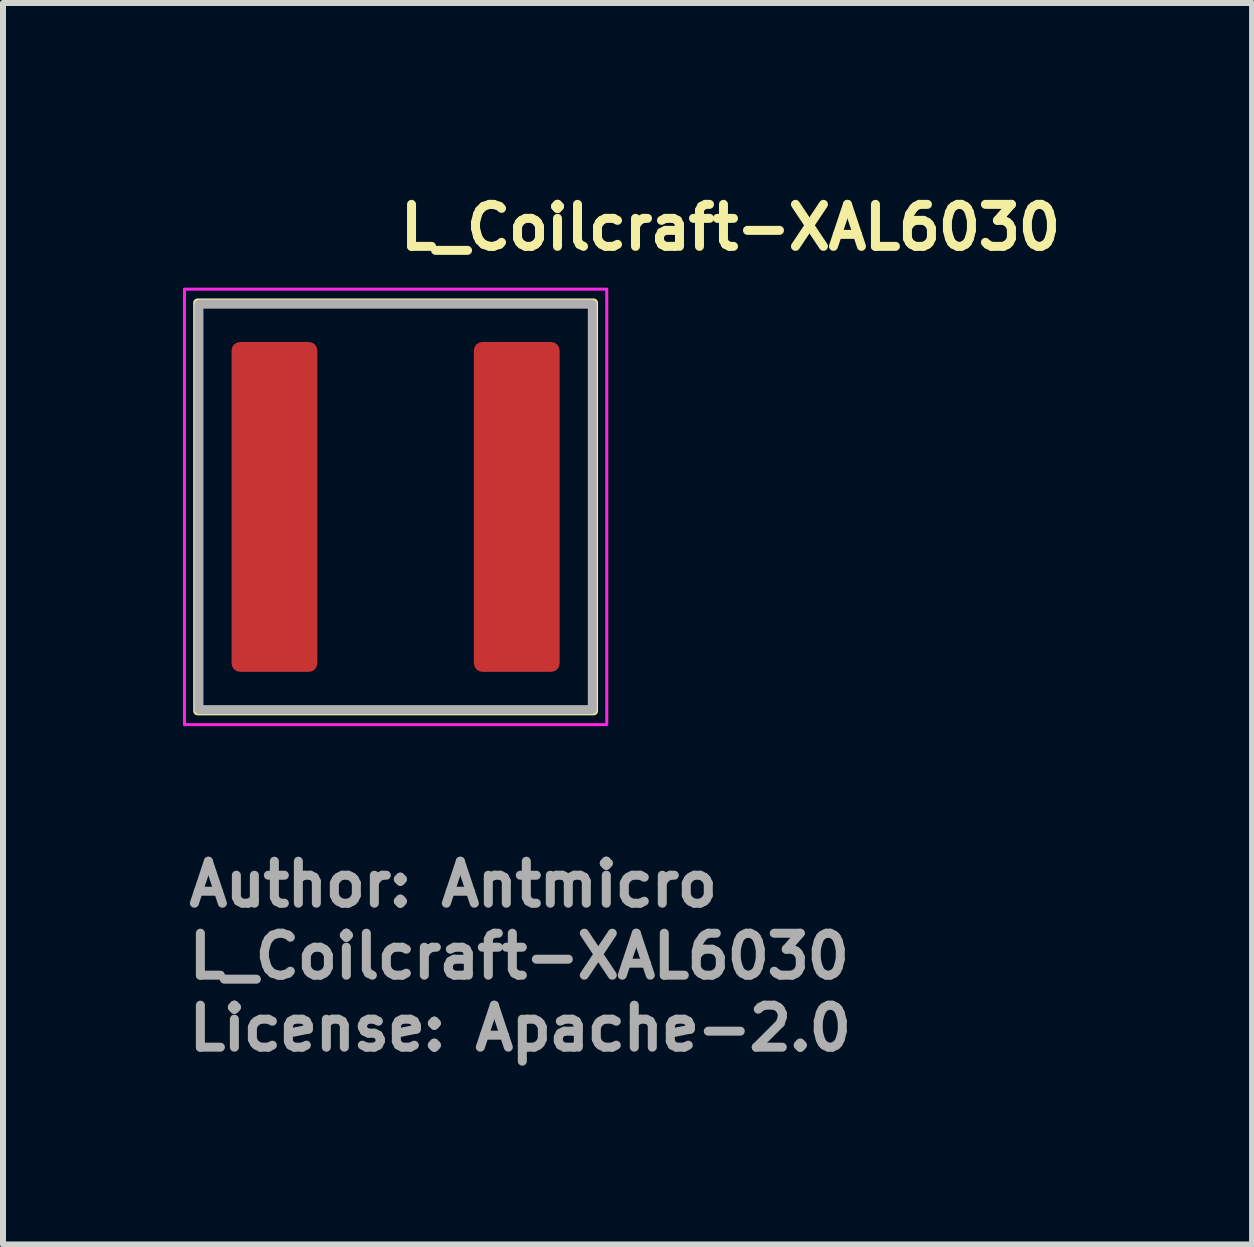
<source format=kicad_pcb>
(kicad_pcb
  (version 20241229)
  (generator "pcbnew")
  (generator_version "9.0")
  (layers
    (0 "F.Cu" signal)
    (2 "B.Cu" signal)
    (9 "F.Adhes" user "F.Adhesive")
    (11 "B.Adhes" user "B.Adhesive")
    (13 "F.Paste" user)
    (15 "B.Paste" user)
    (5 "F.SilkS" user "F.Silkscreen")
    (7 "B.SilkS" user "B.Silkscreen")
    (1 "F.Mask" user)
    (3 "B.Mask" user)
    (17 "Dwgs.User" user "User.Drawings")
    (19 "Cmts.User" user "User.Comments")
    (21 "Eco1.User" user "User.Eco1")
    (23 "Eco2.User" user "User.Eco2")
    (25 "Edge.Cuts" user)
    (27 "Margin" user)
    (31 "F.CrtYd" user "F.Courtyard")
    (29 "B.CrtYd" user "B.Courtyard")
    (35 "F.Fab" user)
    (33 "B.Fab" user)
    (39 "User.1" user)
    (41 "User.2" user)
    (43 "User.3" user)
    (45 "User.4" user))
  (footprint "L_Coilcraft-XAL6030"
    (layer "F.Cu")
    (at 3.545 5.4)
    (property "Reference" "L_Coilcraft-XAL6030" (at 0 -4.25 0) (unlocked yes) (layer "F.SilkS") (effects (font (size 0.7 0.7) (thickness 0.15)) (justify left bottom)))
    (attr smd)
    (fp_rect (start -3.299 -3.4) (end 3.299 3.4) (stroke (width 0.15) (type solid)) (fill no) (layer "F.SilkS"))
    (fp_rect (start -3.52 -3.63) (end 3.52 3.63) (stroke (width 0.05) (type solid)) (fill no) (layer "F.CrtYd"))
    (fp_rect (start -3.279 -3.38) (end 3.279 3.38) (stroke (width 0.15) (type solid)) (fill no) (layer "F.Fab"))
    (fp_rect (start -3.279 -3.38) (end 3.279 3.38) (stroke (width 0.1) (type solid)) (fill no) (layer "User.5"))
    (fp_line (start -3.279 -3.142) (end -3.278 -3.154) (stroke (width 0.02) (type solid)) (layer "User.9"))
    (fp_line (start -3.279 -3.13) (end -3.279 -3.142) (stroke (width 0.02) (type solid)) (layer "User.9"))
    (fp_line (start -3.279 -3.13) (end -3.279 3.13) (stroke (width 0.02) (type solid)) (layer "User.9"))
    (fp_line (start -3.279 3.142) (end -3.279 3.13) (stroke (width 0.02) (type solid)) (layer "User.9"))
    (fp_line (start -3.278 -3.154) (end -3.277 -3.166) (stroke (width 0.02) (type solid)) (layer "User.9"))
    (fp_line (start -3.278 3.154) (end -3.279 3.142) (stroke (width 0.02) (type solid)) (layer "User.9"))
    (fp_line (start -3.277 -3.166) (end -3.275 -3.178) (stroke (width 0.02) (type solid)) (layer "User.9"))
    (fp_line (start -3.277 3.166) (end -3.278 3.154) (stroke (width 0.02) (type solid)) (layer "User.9"))
    (fp_line (start -3.275 -3.178) (end -3.272 -3.19) (stroke (width 0.02) (type solid)) (layer "User.9"))
    (fp_line (start -3.275 3.178) (end -3.277 3.166) (stroke (width 0.02) (type solid)) (layer "User.9"))
    (fp_line (start -3.272 -3.19) (end -3.269 -3.202) (stroke (width 0.02) (type solid)) (layer "User.9"))
    (fp_line (start -3.272 3.19) (end -3.275 3.178) (stroke (width 0.02) (type solid)) (layer "User.9"))
    (fp_line (start -3.269 -3.202) (end -3.265 -3.214) (stroke (width 0.02) (type solid)) (layer "User.9"))
    (fp_line (start -3.269 3.202) (end -3.272 3.19) (stroke (width 0.02) (type solid)) (layer "User.9"))
    (fp_line (start -3.265 -3.214) (end -3.26 -3.225) (stroke (width 0.02) (type solid)) (layer "User.9"))
    (fp_line (start -3.265 3.214) (end -3.269 3.202) (stroke (width 0.02) (type solid)) (layer "User.9"))
    (fp_line (start -3.26 -3.225) (end -3.256 -3.236) (stroke (width 0.02) (type solid)) (layer "User.9"))
    (fp_line (start -3.26 3.225) (end -3.265 3.214) (stroke (width 0.02) (type solid)) (layer "User.9"))
    (fp_line (start -3.256 -3.236) (end -3.25 -3.247) (stroke (width 0.02) (type solid)) (layer "User.9"))
    (fp_line (start -3.256 3.236) (end -3.26 3.225) (stroke (width 0.02) (type solid)) (layer "User.9"))
    (fp_line (start -3.25 -3.247) (end -3.244 -3.258) (stroke (width 0.02) (type solid)) (layer "User.9"))
    (fp_line (start -3.25 3.247) (end -3.256 3.236) (stroke (width 0.02) (type solid)) (layer "User.9"))
    (fp_line (start -3.244 -3.258) (end -3.237 -3.268) (stroke (width 0.02) (type solid)) (layer "User.9"))
    (fp_line (start -3.244 3.258) (end -3.25 3.247) (stroke (width 0.02) (type solid)) (layer "User.9"))
    (fp_line (start -3.237 -3.268) (end -3.23 -3.278) (stroke (width 0.02) (type solid)) (layer "User.9"))
    (fp_line (start -3.237 3.268) (end -3.244 3.258) (stroke (width 0.02) (type solid)) (layer "User.9"))
    (fp_line (start -3.23 -3.278) (end -3.223 -3.288) (stroke (width 0.02) (type solid)) (layer "User.9"))
    (fp_line (start -3.23 3.278) (end -3.237 3.268) (stroke (width 0.02) (type solid)) (layer "User.9"))
    (fp_line (start -3.223 -3.288) (end -3.215 -3.297) (stroke (width 0.02) (type solid)) (layer "User.9"))
    (fp_line (start -3.223 3.288) (end -3.23 3.278) (stroke (width 0.02) (type solid)) (layer "User.9"))
    (fp_line (start -3.215 -3.297) (end -3.206 -3.306) (stroke (width 0.02) (type solid)) (layer "User.9"))
    (fp_line (start -3.215 3.297) (end -3.223 3.288) (stroke (width 0.02) (type solid)) (layer "User.9"))
    (fp_line (start -3.206 -3.306) (end -3.206 -3.306) (stroke (width 0.02) (type solid)) (layer "User.9"))
    (fp_line (start -3.206 -3.306) (end -3.197 -3.315) (stroke (width 0.02) (type solid)) (layer "User.9"))
    (fp_line (start -3.206 3.306) (end -3.215 3.297) (stroke (width 0.02) (type solid)) (layer "User.9"))
    (fp_line (start -3.206 3.306) (end -3.206 3.306) (stroke (width 0.02) (type solid)) (layer "User.9"))
    (fp_line (start -3.197 -3.315) (end -3.188 -3.323) (stroke (width 0.02) (type solid)) (layer "User.9"))
    (fp_line (start -3.197 3.315) (end -3.206 3.306) (stroke (width 0.02) (type solid)) (layer "User.9"))
    (fp_line (start -3.188 -3.323) (end -3.178 -3.33) (stroke (width 0.02) (type solid)) (layer "User.9"))
    (fp_line (start -3.188 3.323) (end -3.197 3.315) (stroke (width 0.02) (type solid)) (layer "User.9"))
    (fp_line (start -3.178 -3.33) (end -3.168 -3.337) (stroke (width 0.02) (type solid)) (layer "User.9"))
    (fp_line (start -3.178 3.33) (end -3.188 3.323) (stroke (width 0.02) (type solid)) (layer "User.9"))
    (fp_line (start -3.168 -3.337) (end -3.158 -3.344) (stroke (width 0.02) (type solid)) (layer "User.9"))
    (fp_line (start -3.168 3.337) (end -3.178 3.33) (stroke (width 0.02) (type solid)) (layer "User.9"))
    (fp_line (start -3.158 -3.344) (end -3.147 -3.35) (stroke (width 0.02) (type solid)) (layer "User.9"))
    (fp_line (start -3.158 3.344) (end -3.168 3.337) (stroke (width 0.02) (type solid)) (layer "User.9"))
    (fp_line (start -3.147 -3.35) (end -3.136 -3.356) (stroke (width 0.02) (type solid)) (layer "User.9"))
    (fp_line (start -3.147 3.35) (end -3.158 3.344) (stroke (width 0.02) (type solid)) (layer "User.9"))
    (fp_line (start -3.136 -3.356) (end -3.125 -3.36) (stroke (width 0.02) (type solid)) (layer "User.9"))
    (fp_line (start -3.136 3.356) (end -3.147 3.35) (stroke (width 0.02) (type solid)) (layer "User.9"))
    (fp_line (start -3.125 -3.36) (end -3.114 -3.365) (stroke (width 0.02) (type solid)) (layer "User.9"))
    (fp_line (start -3.125 3.36) (end -3.136 3.356) (stroke (width 0.02) (type solid)) (layer "User.9"))
    (fp_line (start -3.114 -3.365) (end -3.102 -3.369) (stroke (width 0.02) (type solid)) (layer "User.9"))
    (fp_line (start -3.114 3.365) (end -3.125 3.36) (stroke (width 0.02) (type solid)) (layer "User.9"))
    (fp_line (start -3.102 -3.369) (end -3.09 -3.372) (stroke (width 0.02) (type solid)) (layer "User.9"))
    (fp_line (start -3.102 3.369) (end -3.114 3.365) (stroke (width 0.02) (type solid)) (layer "User.9"))
    (fp_line (start -3.09 -3.372) (end -3.079 -3.375) (stroke (width 0.02) (type solid)) (layer "User.9"))
    (fp_line (start -3.09 3.372) (end -3.102 3.369) (stroke (width 0.02) (type solid)) (layer "User.9"))
    (fp_line (start -3.079 -3.375) (end -3.066 -3.377) (stroke (width 0.02) (type solid)) (layer "User.9"))
    (fp_line (start -3.079 3.375) (end -3.09 3.372) (stroke (width 0.02) (type solid)) (layer "User.9"))
    (fp_line (start -3.066 -3.377) (end -3.054 -3.378) (stroke (width 0.02) (type solid)) (layer "User.9"))
    (fp_line (start -3.066 3.377) (end -3.079 3.375) (stroke (width 0.02) (type solid)) (layer "User.9"))
    (fp_line (start -3.054 -3.378) (end -3.042 -3.379) (stroke (width 0.02) (type solid)) (layer "User.9"))
    (fp_line (start -3.054 3.378) (end -3.066 3.377) (stroke (width 0.02) (type solid)) (layer "User.9"))
    (fp_line (start -3.042 -3.379) (end -3.029 -3.38) (stroke (width 0.02) (type solid)) (layer "User.9"))
    (fp_line (start -3.042 3.379) (end -3.054 3.378) (stroke (width 0.02) (type solid)) (layer "User.9"))
    (fp_line (start -3.029 3.38) (end -3.042 3.379) (stroke (width 0.02) (type solid)) (layer "User.9"))
    (fp_line (start -3.029 3.38) (end 3.029 3.38) (stroke (width 0.02) (type solid)) (layer "User.9"))
    (fp_line (start -2.592 -3) (end -2.342 -3) (stroke (width 0.02) (type solid)) (layer "User.9"))
    (fp_line (start -2.592 3) (end -2.592 -3) (stroke (width 0.02) (type solid)) (layer "User.9"))
    (fp_line (start -2.342 -3) (end -2.342 3) (stroke (width 0.02) (type solid)) (layer "User.9"))
    (fp_line (start -2.342 3) (end -2.592 3) (stroke (width 0.02) (type solid)) (layer "User.9"))
    (fp_line (start 3.029 -3.38) (end -3.029 -3.38) (stroke (width 0.02) (type solid)) (layer "User.9"))
    (fp_line (start 3.029 -3.38) (end 3.042 -3.379) (stroke (width 0.02) (type solid)) (layer "User.9"))
    (fp_line (start 3.042 -3.379) (end 3.054 -3.378) (stroke (width 0.02) (type solid)) (layer "User.9"))
    (fp_line (start 3.042 3.379) (end 3.029 3.38) (stroke (width 0.02) (type solid)) (layer "User.9"))
    (fp_line (start 3.054 -3.378) (end 3.066 -3.377) (stroke (width 0.02) (type solid)) (layer "User.9"))
    (fp_line (start 3.054 3.378) (end 3.042 3.379) (stroke (width 0.02) (type solid)) (layer "User.9"))
    (fp_line (start 3.066 -3.377) (end 3.079 -3.375) (stroke (width 0.02) (type solid)) (layer "User.9"))
    (fp_line (start 3.066 3.377) (end 3.054 3.378) (stroke (width 0.02) (type solid)) (layer "User.9"))
    (fp_line (start 3.079 -3.375) (end 3.09 -3.372) (stroke (width 0.02) (type solid)) (layer "User.9"))
    (fp_line (start 3.079 3.375) (end 3.066 3.377) (stroke (width 0.02) (type solid)) (layer "User.9"))
    (fp_line (start 3.09 -3.372) (end 3.102 -3.369) (stroke (width 0.02) (type solid)) (layer "User.9"))
    (fp_line (start 3.09 3.372) (end 3.079 3.375) (stroke (width 0.02) (type solid)) (layer "User.9"))
    (fp_line (start 3.102 -3.369) (end 3.114 -3.365) (stroke (width 0.02) (type solid)) (layer "User.9"))
    (fp_line (start 3.102 3.369) (end 3.09 3.372) (stroke (width 0.02) (type solid)) (layer "User.9"))
    (fp_line (start 3.114 -3.365) (end 3.125 -3.36) (stroke (width 0.02) (type solid)) (layer "User.9"))
    (fp_line (start 3.114 3.365) (end 3.102 3.369) (stroke (width 0.02) (type solid)) (layer "User.9"))
    (fp_line (start 3.125 -3.36) (end 3.136 -3.356) (stroke (width 0.02) (type solid)) (layer "User.9"))
    (fp_line (start 3.125 3.36) (end 3.114 3.365) (stroke (width 0.02) (type solid)) (layer "User.9"))
    (fp_line (start 3.136 -3.356) (end 3.147 -3.35) (stroke (width 0.02) (type solid)) (layer "User.9"))
    (fp_line (start 3.136 3.356) (end 3.125 3.36) (stroke (width 0.02) (type solid)) (layer "User.9"))
    (fp_line (start 3.147 -3.35) (end 3.158 -3.344) (stroke (width 0.02) (type solid)) (layer "User.9"))
    (fp_line (start 3.147 3.35) (end 3.136 3.356) (stroke (width 0.02) (type solid)) (layer "User.9"))
    (fp_line (start 3.158 -3.344) (end 3.168 -3.337) (stroke (width 0.02) (type solid)) (layer "User.9"))
    (fp_line (start 3.158 3.344) (end 3.147 3.35) (stroke (width 0.02) (type solid)) (layer "User.9"))
    (fp_line (start 3.168 -3.337) (end 3.178 -3.33) (stroke (width 0.02) (type solid)) (layer "User.9"))
    (fp_line (start 3.168 3.337) (end 3.158 3.344) (stroke (width 0.02) (type solid)) (layer "User.9"))
    (fp_line (start 3.178 -3.33) (end 3.188 -3.323) (stroke (width 0.02) (type solid)) (layer "User.9"))
    (fp_line (start 3.178 3.33) (end 3.168 3.337) (stroke (width 0.02) (type solid)) (layer "User.9"))
    (fp_line (start 3.188 -3.323) (end 3.197 -3.315) (stroke (width 0.02) (type solid)) (layer "User.9"))
    (fp_line (start 3.188 3.323) (end 3.178 3.33) (stroke (width 0.02) (type solid)) (layer "User.9"))
    (fp_line (start 3.197 -3.315) (end 3.206 -3.306) (stroke (width 0.02) (type solid)) (layer "User.9"))
    (fp_line (start 3.197 3.315) (end 3.188 3.323) (stroke (width 0.02) (type solid)) (layer "User.9"))
    (fp_line (start 3.206 -3.306) (end 3.206 -3.306) (stroke (width 0.02) (type solid)) (layer "User.9"))
    (fp_line (start 3.206 -3.306) (end 3.215 -3.297) (stroke (width 0.02) (type solid)) (layer "User.9"))
    (fp_line (start 3.206 3.306) (end 3.197 3.315) (stroke (width 0.02) (type solid)) (layer "User.9"))
    (fp_line (start 3.206 3.306) (end 3.206 3.306) (stroke (width 0.02) (type solid)) (layer "User.9"))
    (fp_line (start 3.215 -3.297) (end 3.223 -3.288) (stroke (width 0.02) (type solid)) (layer "User.9"))
    (fp_line (start 3.215 3.297) (end 3.206 3.306) (stroke (width 0.02) (type solid)) (layer "User.9"))
    (fp_line (start 3.223 -3.288) (end 3.23 -3.278) (stroke (width 0.02) (type solid)) (layer "User.9"))
    (fp_line (start 3.223 3.288) (end 3.215 3.297) (stroke (width 0.02) (type solid)) (layer "User.9"))
    (fp_line (start 3.23 -3.278) (end 3.237 -3.268) (stroke (width 0.02) (type solid)) (layer "User.9"))
    (fp_line (start 3.23 3.278) (end 3.223 3.288) (stroke (width 0.02) (type solid)) (layer "User.9"))
    (fp_line (start 3.237 -3.268) (end 3.244 -3.258) (stroke (width 0.02) (type solid)) (layer "User.9"))
    (fp_line (start 3.237 3.268) (end 3.23 3.278) (stroke (width 0.02) (type solid)) (layer "User.9"))
    (fp_line (start 3.244 -3.258) (end 3.25 -3.247) (stroke (width 0.02) (type solid)) (layer "User.9"))
    (fp_line (start 3.244 3.258) (end 3.237 3.268) (stroke (width 0.02) (type solid)) (layer "User.9"))
    (fp_line (start 3.25 -3.247) (end 3.256 -3.236) (stroke (width 0.02) (type solid)) (layer "User.9"))
    (fp_line (start 3.25 3.247) (end 3.244 3.258) (stroke (width 0.02) (type solid)) (layer "User.9"))
    (fp_line (start 3.256 -3.236) (end 3.26 -3.225) (stroke (width 0.02) (type solid)) (layer "User.9"))
    (fp_line (start 3.256 3.236) (end 3.25 3.247) (stroke (width 0.02) (type solid)) (layer "User.9"))
    (fp_line (start 3.26 -3.225) (end 3.265 -3.214) (stroke (width 0.02) (type solid)) (layer "User.9"))
    (fp_line (start 3.26 3.225) (end 3.256 3.236) (stroke (width 0.02) (type solid)) (layer "User.9"))
    (fp_line (start 3.265 -3.214) (end 3.269 -3.202) (stroke (width 0.02) (type solid)) (layer "User.9"))
    (fp_line (start 3.265 3.214) (end 3.26 3.225) (stroke (width 0.02) (type solid)) (layer "User.9"))
    (fp_line (start 3.269 -3.202) (end 3.272 -3.19) (stroke (width 0.02) (type solid)) (layer "User.9"))
    (fp_line (start 3.269 3.202) (end 3.265 3.214) (stroke (width 0.02) (type solid)) (layer "User.9"))
    (fp_line (start 3.272 -3.19) (end 3.275 -3.178) (stroke (width 0.02) (type solid)) (layer "User.9"))
    (fp_line (start 3.272 3.19) (end 3.269 3.202) (stroke (width 0.02) (type solid)) (layer "User.9"))
    (fp_line (start 3.275 -3.178) (end 3.277 -3.166) (stroke (width 0.02) (type solid)) (layer "User.9"))
    (fp_line (start 3.275 3.178) (end 3.272 3.19) (stroke (width 0.02) (type solid)) (layer "User.9"))
    (fp_line (start 3.277 -3.166) (end 3.278 -3.154) (stroke (width 0.02) (type solid)) (layer "User.9"))
    (fp_line (start 3.277 3.166) (end 3.275 3.178) (stroke (width 0.02) (type solid)) (layer "User.9"))
    (fp_line (start 3.278 -3.154) (end 3.279 -3.142) (stroke (width 0.02) (type solid)) (layer "User.9"))
    (fp_line (start 3.278 3.154) (end 3.277 3.166) (stroke (width 0.02) (type solid)) (layer "User.9"))
    (fp_line (start 3.279 -3.142) (end 3.279 -3.13) (stroke (width 0.02) (type solid)) (layer "User.9"))
    (fp_line (start 3.279 3.13) (end 3.279 -3.13) (stroke (width 0.02) (type solid)) (layer "User.9"))
    (fp_line (start 3.279 3.13) (end 3.279 3.142) (stroke (width 0.02) (type solid)) (layer "User.9"))
    (fp_line (start 3.279 3.142) (end 3.278 3.154) (stroke (width 0.02) (type solid)) (layer "User.9"))
    (fp_text user "${REFERENCE}" (at -3.52 7.9 0) (unlocked yes) (layer "F.Fab") (effects (font (size 0.7 0.7) (thickness 0.15)) (justify left bottom)))
    (fp_text user "License: Apache-2.0" (at -3.52 9.1 0) (layer "F.Fab") (effects (font (size 0.7 0.7) (thickness 0.15)) (justify left bottom)))
    (fp_text user "Author: Antmicro" (at -3.52 6.7 0) (layer "F.Fab") (effects (font (size 0.7 0.7) (thickness 0.15)) (justify left bottom)))
    (pad "1" smd roundrect (at -2.02 0) (size 1.43 5.5) (layers "F.Cu" "F.Mask" "F.Paste") (roundrect_rratio 0.1))
    (pad "2" smd roundrect (at 2.019 0) (size 1.43 5.5) (layers "F.Cu" "F.Mask" "F.Paste") (roundrect_rratio 0.1)))
  (gr_rect
    (start -3 -3)
    (end 17.822 17.695)
    (stroke (width 0.1) (type default))
    (fill no)
    (layer "Edge.Cuts")))
</source>
